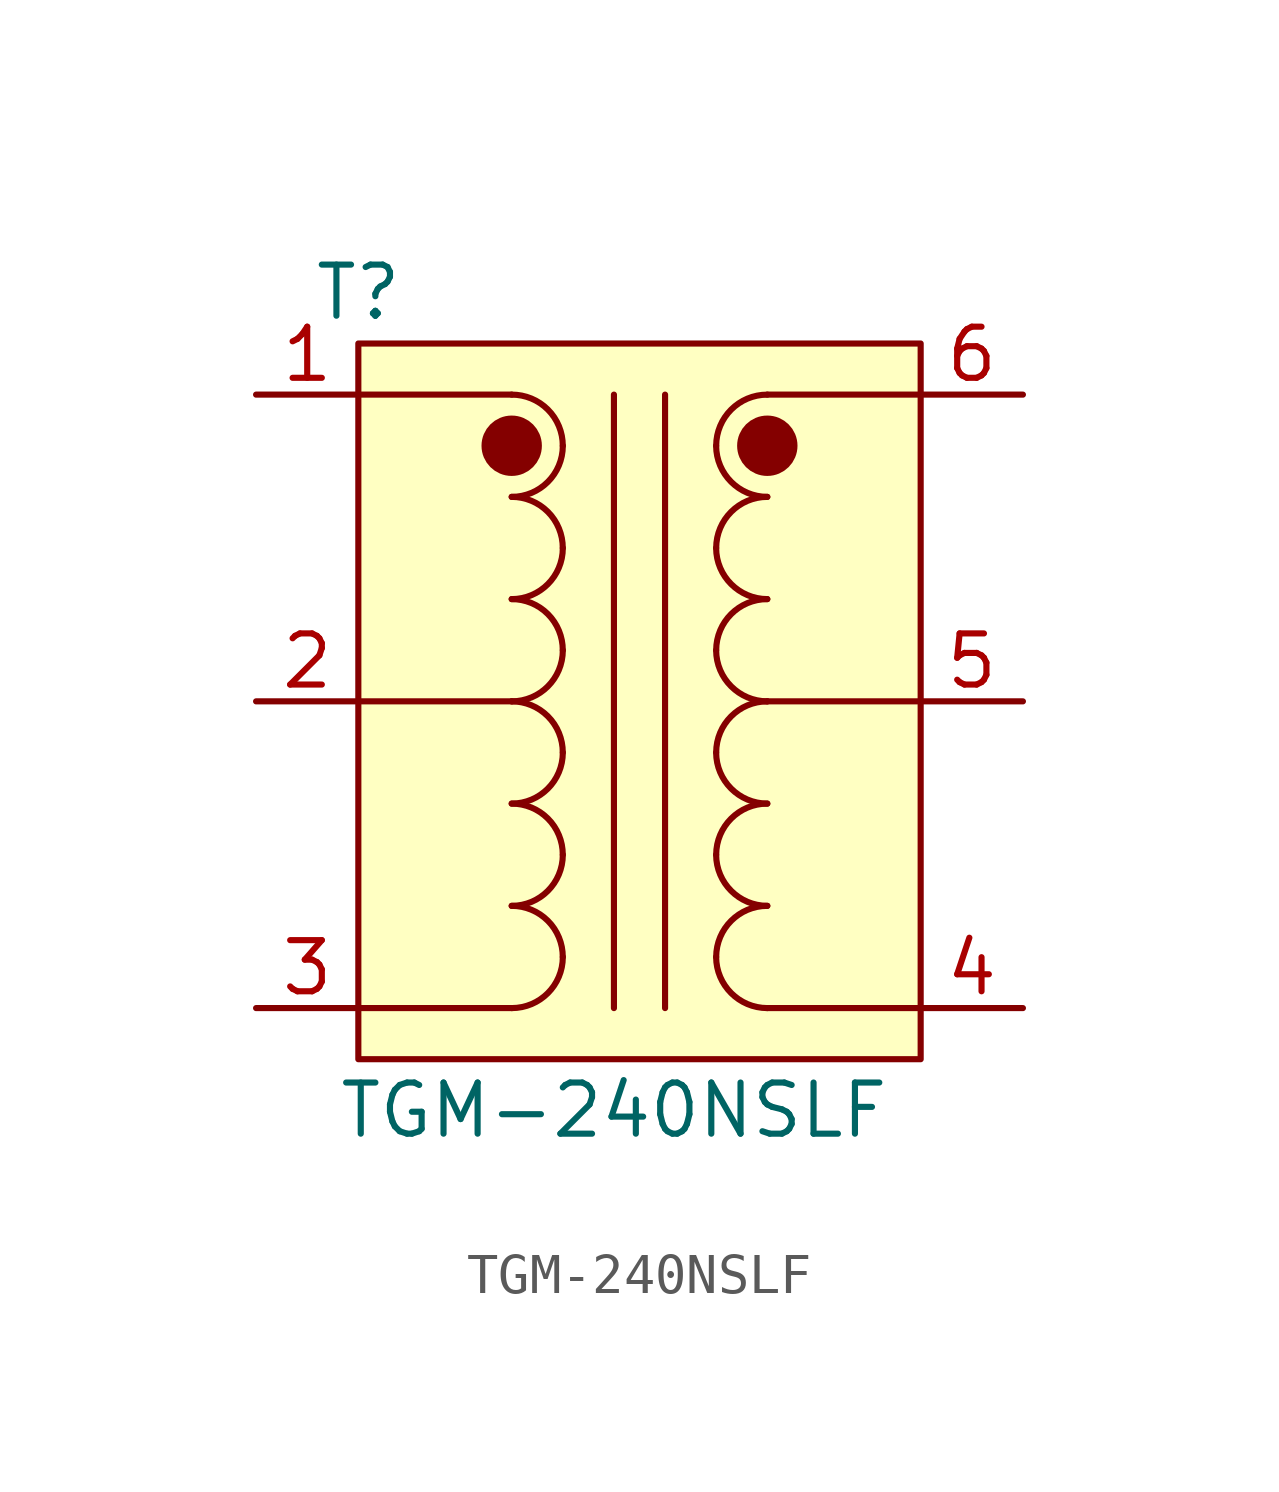
<source format=kicad_sym>
(kicad_symbol_lib
  (version 20220914)
  (generator kicad_symbol_editor)
  (symbol "TGM-240NSLF"
    (pin_names
      (offset 1.016))
    (property "Reference" "T"
      (at 0 1.27 0)
      (effects (font (size 1.27 1.27))))
    (property "Value" "TGM-240NSLF"
      (at 6.35 -19.05 0)
      (effects (font (size 1.27 1.27))))
    (symbol "TGM-240NSLF_1_1"
      (polyline (pts (xy 0 -16.51) (xy 3.81 -16.51)) (stroke (width 0) (type default)) (fill (type none)))
      (polyline (pts (xy 0 -1.27) (xy 3.81 -1.27)) (stroke (width 0) (type default)) (fill (type none)))
      (polyline (pts (xy 3.81 -8.89) (xy 0 -8.89)) (stroke (width 0) (type default)) (fill (type none)))
      (polyline (pts (xy 6.35 -1.27) (xy 6.35 -16.51)) (stroke (width 0) (type default)) (fill (type none)))
      (polyline (pts (xy 7.62 -1.27) (xy 7.62 -16.51)) (stroke (width 0) (type default)) (fill (type none)))
      (polyline (pts (xy 10.16 -16.51) (xy 13.97 -16.51)) (stroke (width 0) (type default)) (fill (type none)))
      (polyline (pts (xy 10.16 -8.89) (xy 13.97 -8.89)) (stroke (width 0) (type default)) (fill (type none)))
      (polyline (pts (xy 10.16 -1.27) (xy 13.97 -1.27)) (stroke (width 0) (type default)) (fill (type none)))
      (rectangle (start 0 0) (end 13.97 -17.78) (stroke (width 0) (type default)) (fill (type background)))
      (arc (start 3.81 -16.51) (mid 4.708 -16.138) (end 5.08 -15.24) (stroke (width 0) (type default)) (fill (type none)))
      (arc (start 3.81 -13.97) (mid 4.708 -13.598) (end 5.08 -12.7) (stroke (width 0) (type default)) (fill (type none)))
      (arc (start 3.81 -11.43) (mid 4.708 -11.058) (end 5.08 -10.16) (stroke (width 0) (type default)) (fill (type none)))
      (arc (start 3.81 -8.89) (mid 4.708 -8.518) (end 5.08 -7.62) (stroke (width 0) (type default)) (fill (type none)))
      (arc (start 3.81 -6.35) (mid 4.708 -5.978) (end 5.08 -5.08) (stroke (width 0) (type default)) (fill (type none)))
      (arc (start 3.81 -3.81) (mid 4.708 -3.438) (end 5.08 -2.54) (stroke (width 0) (type default)) (fill (type none)))
      (circle (center 3.81 -2.54) (radius 0.0001) (stroke (width 0.75) (type default)) (fill (type none)))
      (arc (start 5.08 -15.24) (mid 4.708 -14.342) (end 3.81 -13.97) (stroke (width 0) (type default)) (fill (type none)))
      (arc (start 5.08 -12.7) (mid 4.708 -11.802) (end 3.81 -11.43) (stroke (width 0) (type default)) (fill (type none)))
      (arc (start 5.08 -10.16) (mid 4.708 -9.262) (end 3.81 -8.89) (stroke (width 0) (type default)) (fill (type none)))
      (arc (start 5.08 -7.62) (mid 4.708 -6.722) (end 3.81 -6.35) (stroke (width 0) (type default)) (fill (type none)))
      (arc (start 5.08 -5.08) (mid 4.708 -4.182) (end 3.81 -3.81) (stroke (width 0) (type default)) (fill (type none)))
      (arc (start 5.08 -2.54) (mid 4.708 -1.642) (end 3.81 -1.27) (stroke (width 0) (type default)) (fill (type none)))
      (arc (start 8.89 -15.24) (mid 9.262 -16.138) (end 10.16 -16.51) (stroke (width 0) (type default)) (fill (type none)))
      (arc (start 8.89 -12.7) (mid 9.262 -13.598) (end 10.16 -13.97) (stroke (width 0) (type default)) (fill (type none)))
      (arc (start 8.89 -10.16) (mid 9.262 -11.058) (end 10.16 -11.43) (stroke (width 0) (type default)) (fill (type none)))
      (arc (start 8.89 -7.62) (mid 9.262 -8.518) (end 10.16 -8.89) (stroke (width 0) (type default)) (fill (type none)))
      (arc (start 8.89 -5.08) (mid 9.262 -5.978) (end 10.16 -6.35) (stroke (width 0) (type default)) (fill (type none)))
      (arc (start 8.89 -2.54) (mid 9.262 -3.438) (end 10.16 -3.81) (stroke (width 0) (type default)) (fill (type none)))
      (arc (start 10.16 -13.97) (mid 9.262 -14.342) (end 8.89 -15.24) (stroke (width 0) (type default)) (fill (type none)))
      (arc (start 10.16 -11.43) (mid 9.262 -11.802) (end 8.89 -12.7) (stroke (width 0) (type default)) (fill (type none)))
      (arc (start 10.16 -8.89) (mid 9.262 -9.262) (end 8.89 -10.16) (stroke (width 0) (type default)) (fill (type none)))
      (arc (start 10.16 -6.35) (mid 9.262 -6.722) (end 8.89 -7.62) (stroke (width 0) (type default)) (fill (type none)))
      (arc (start 10.16 -3.81) (mid 9.262 -4.182) (end 8.89 -5.08) (stroke (width 0) (type default)) (fill (type none)))
      (circle (center 10.16 -2.54) (radius 0.0001) (stroke (width 0.75) (type default)) (fill (type none)))
      (arc (start 10.16 -1.27) (mid 9.262 -1.642) (end 8.89 -2.54) (stroke (width 0) (type default)) (fill (type none)))
      (pin bidirectional line (at -2.54 -1.27 0) (length 2.54) (name "" (effects (font (size 1.27 1.27)))) (number "1" (effects (font (size 1.27 1.27)))))
      (pin bidirectional line (at -2.54 -8.89 0) (length 2.54) (name "" (effects (font (size 1.27 1.27)))) (number "2" (effects (font (size 1.27 1.27)))))
      (pin bidirectional line (at -2.54 -16.51 0) (length 2.54) (name "" (effects (font (size 1.27 1.27)))) (number "3" (effects (font (size 1.27 1.27)))))
      (pin bidirectional line (at 16.51 -16.51 180) (length 2.54) (name "" (effects (font (size 1.27 1.27)))) (number "4" (effects (font (size 1.27 1.27)))))
      (pin bidirectional line (at 16.51 -8.89 180) (length 2.54) (name "" (effects (font (size 1.27 1.27)))) (number "5" (effects (font (size 1.27 1.27)))))
      (pin bidirectional line (at 16.51 -1.27 180) (length 2.54) (name "" (effects (font (size 1.27 1.27)))) (number "6" (effects (font (size 1.27 1.27))))))))
</source>
